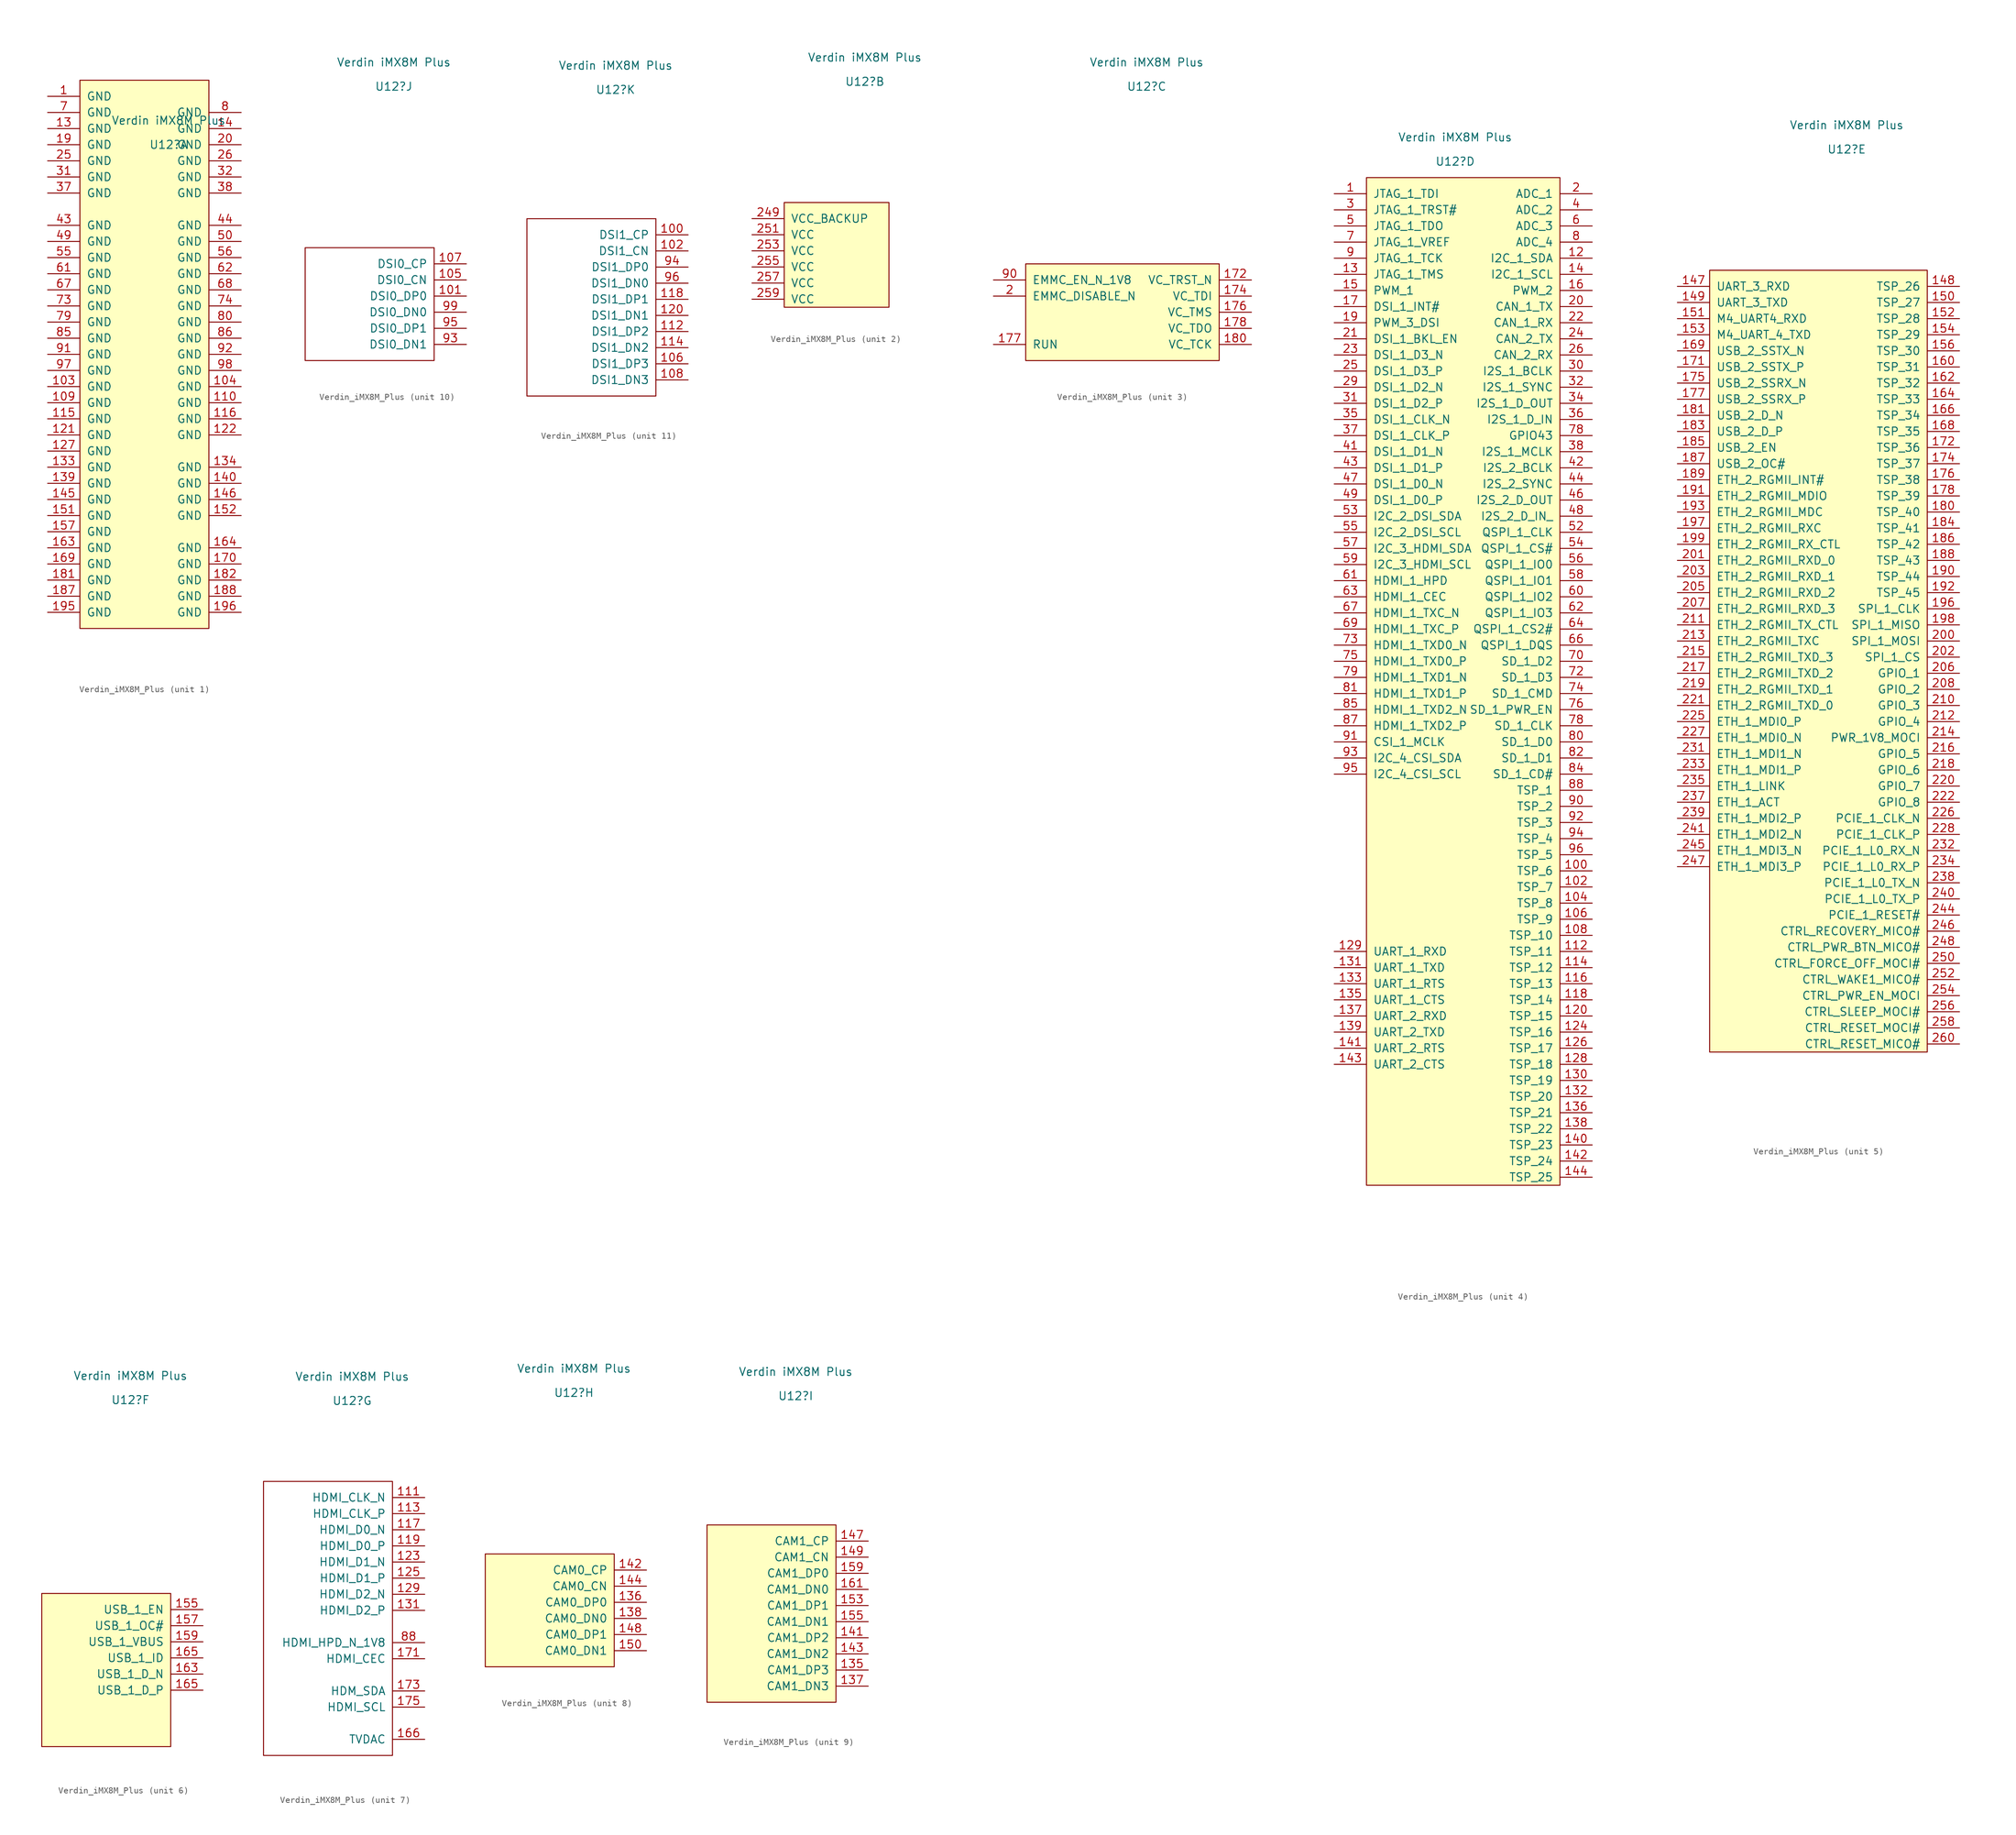
<source format=kicad_sym>
(kicad_symbol_lib
  (version 20220914)
  (generator kicad_symbol_editor)
  (symbol "Verdin_iMX8M_Plus"
    (pin_names
      (offset 1.016))
    (property "Reference" "U12"
      (at 3.81 35.56 0)
      (effects (font (size 1.27 1.27))))
    (property "Value" "Verdin iMX8M Plus"
      (at 3.81 39.37 0)
      (effects (font (size 1.27 1.27))))
    (property "ki_locked" ""
      (at 0 0 0)
      (effects (font (size 1.27 1.27))))
    (symbol "Verdin_iMX8M_Plus_1_1"
      (rectangle (start -10.16 45.72) (end 10.16 -40.64) (stroke (width 0) (type default)) (fill (type background)))
      (pin power_in line (at -15.24 43.18 0) (length 5.08) (name "GND" (effects (font (size 1.27 1.27)))) (number "1" (effects (font (size 1.27 1.27)))))
      (pin power_in line (at -15.24 -2.54 0) (length 5.08) (name "GND" (effects (font (size 1.27 1.27)))) (number "103" (effects (font (size 1.27 1.27)))))
      (pin power_in line (at 15.24 -2.54 180) (length 5.08) (name "GND" (effects (font (size 1.27 1.27)))) (number "104" (effects (font (size 1.27 1.27)))))
      (pin power_in line (at -15.24 -5.08 0) (length 5.08) (name "GND" (effects (font (size 1.27 1.27)))) (number "109" (effects (font (size 1.27 1.27)))))
      (pin power_in line (at 15.24 -5.08 180) (length 5.08) (name "GND" (effects (font (size 1.27 1.27)))) (number "110" (effects (font (size 1.27 1.27)))))
      (pin power_in line (at -15.24 -7.62 0) (length 5.08) (name "GND" (effects (font (size 1.27 1.27)))) (number "115" (effects (font (size 1.27 1.27)))))
      (pin power_in line (at 15.24 -7.62 180) (length 5.08) (name "GND" (effects (font (size 1.27 1.27)))) (number "116" (effects (font (size 1.27 1.27)))))
      (pin power_in line (at -15.24 -10.16 0) (length 5.08) (name "GND" (effects (font (size 1.27 1.27)))) (number "121" (effects (font (size 1.27 1.27)))))
      (pin power_in line (at 15.24 -10.16 180) (length 5.08) (name "GND" (effects (font (size 1.27 1.27)))) (number "122" (effects (font (size 1.27 1.27)))))
      (pin power_in line (at -15.24 -12.7 0) (length 5.08) (name "GND" (effects (font (size 1.27 1.27)))) (number "127" (effects (font (size 1.27 1.27)))))
      (pin power_in line (at -15.24 38.1 0) (length 5.08) (name "GND" (effects (font (size 1.27 1.27)))) (number "13" (effects (font (size 1.27 1.27)))))
      (pin power_in line (at -15.24 -15.24 0) (length 5.08) (name "GND" (effects (font (size 1.27 1.27)))) (number "133" (effects (font (size 1.27 1.27)))))
      (pin power_in line (at 15.24 -15.24 180) (length 5.08) (name "GND" (effects (font (size 1.27 1.27)))) (number "134" (effects (font (size 1.27 1.27)))))
      (pin power_in line (at -15.24 -17.78 0) (length 5.08) (name "GND" (effects (font (size 1.27 1.27)))) (number "139" (effects (font (size 1.27 1.27)))))
      (pin power_in line (at 15.24 38.1 180) (length 5.08) (name "GND" (effects (font (size 1.27 1.27)))) (number "14" (effects (font (size 1.27 1.27)))))
      (pin power_in line (at 15.24 -17.78 180) (length 5.08) (name "GND" (effects (font (size 1.27 1.27)))) (number "140" (effects (font (size 1.27 1.27)))))
      (pin power_in line (at -15.24 -20.32 0) (length 5.08) (name "GND" (effects (font (size 1.27 1.27)))) (number "145" (effects (font (size 1.27 1.27)))))
      (pin power_in line (at 15.24 -20.32 180) (length 5.08) (name "GND" (effects (font (size 1.27 1.27)))) (number "146" (effects (font (size 1.27 1.27)))))
      (pin power_in line (at -15.24 -22.86 0) (length 5.08) (name "GND" (effects (font (size 1.27 1.27)))) (number "151" (effects (font (size 1.27 1.27)))))
      (pin power_in line (at 15.24 -22.86 180) (length 5.08) (name "GND" (effects (font (size 1.27 1.27)))) (number "152" (effects (font (size 1.27 1.27)))))
      (pin power_in line (at -15.24 -25.4 0) (length 5.08) (name "GND" (effects (font (size 1.27 1.27)))) (number "157" (effects (font (size 1.27 1.27)))))
      (pin power_in line (at -15.24 -27.94 0) (length 5.08) (name "GND" (effects (font (size 1.27 1.27)))) (number "163" (effects (font (size 1.27 1.27)))))
      (pin power_in line (at 15.24 -27.94 180) (length 5.08) (name "GND" (effects (font (size 1.27 1.27)))) (number "164" (effects (font (size 1.27 1.27)))))
      (pin power_in line (at -15.24 -30.48 0) (length 5.08) (name "GND" (effects (font (size 1.27 1.27)))) (number "169" (effects (font (size 1.27 1.27)))))
      (pin power_in line (at 15.24 -30.48 180) (length 5.08) (name "GND" (effects (font (size 1.27 1.27)))) (number "170" (effects (font (size 1.27 1.27)))))
      (pin power_in line (at -15.24 -33.02 0) (length 5.08) (name "GND" (effects (font (size 1.27 1.27)))) (number "181" (effects (font (size 1.27 1.27)))))
      (pin power_in line (at 15.24 -33.02 180) (length 5.08) (name "GND" (effects (font (size 1.27 1.27)))) (number "182" (effects (font (size 1.27 1.27)))))
      (pin power_in line (at -15.24 -35.56 0) (length 5.08) (name "GND" (effects (font (size 1.27 1.27)))) (number "187" (effects (font (size 1.27 1.27)))))
      (pin power_in line (at 15.24 -35.56 180) (length 5.08) (name "GND" (effects (font (size 1.27 1.27)))) (number "188" (effects (font (size 1.27 1.27)))))
      (pin power_in line (at -15.24 35.56 0) (length 5.08) (name "GND" (effects (font (size 1.27 1.27)))) (number "19" (effects (font (size 1.27 1.27)))))
      (pin power_in line (at -15.24 -38.1 0) (length 5.08) (name "GND" (effects (font (size 1.27 1.27)))) (number "195" (effects (font (size 1.27 1.27)))))
      (pin power_in line (at 15.24 -38.1 180) (length 5.08) (name "GND" (effects (font (size 1.27 1.27)))) (number "196" (effects (font (size 1.27 1.27)))))
      (pin power_in line (at 15.24 35.56 180) (length 5.08) (name "GND" (effects (font (size 1.27 1.27)))) (number "20" (effects (font (size 1.27 1.27)))))
      (pin power_in line (at -15.24 33.02 0) (length 5.08) (name "GND" (effects (font (size 1.27 1.27)))) (number "25" (effects (font (size 1.27 1.27)))))
      (pin power_in line (at 15.24 33.02 180) (length 5.08) (name "GND" (effects (font (size 1.27 1.27)))) (number "26" (effects (font (size 1.27 1.27)))))
      (pin power_in line (at -15.24 30.48 0) (length 5.08) (name "GND" (effects (font (size 1.27 1.27)))) (number "31" (effects (font (size 1.27 1.27)))))
      (pin power_in line (at 15.24 30.48 180) (length 5.08) (name "GND" (effects (font (size 1.27 1.27)))) (number "32" (effects (font (size 1.27 1.27)))))
      (pin power_in line (at -15.24 27.94 0) (length 5.08) (name "GND" (effects (font (size 1.27 1.27)))) (number "37" (effects (font (size 1.27 1.27)))))
      (pin power_in line (at 15.24 27.94 180) (length 5.08) (name "GND" (effects (font (size 1.27 1.27)))) (number "38" (effects (font (size 1.27 1.27)))))
      (pin power_in line (at -15.24 22.86 0) (length 5.08) (name "GND" (effects (font (size 1.27 1.27)))) (number "43" (effects (font (size 1.27 1.27)))))
      (pin power_in line (at 15.24 22.86 180) (length 5.08) (name "GND" (effects (font (size 1.27 1.27)))) (number "44" (effects (font (size 1.27 1.27)))))
      (pin power_in line (at -15.24 20.32 0) (length 5.08) (name "GND" (effects (font (size 1.27 1.27)))) (number "49" (effects (font (size 1.27 1.27)))))
      (pin power_in line (at 15.24 20.32 180) (length 5.08) (name "GND" (effects (font (size 1.27 1.27)))) (number "50" (effects (font (size 1.27 1.27)))))
      (pin power_in line (at -15.24 17.78 0) (length 5.08) (name "GND" (effects (font (size 1.27 1.27)))) (number "55" (effects (font (size 1.27 1.27)))))
      (pin power_in line (at 15.24 17.78 180) (length 5.08) (name "GND" (effects (font (size 1.27 1.27)))) (number "56" (effects (font (size 1.27 1.27)))))
      (pin power_in line (at -15.24 15.24 0) (length 5.08) (name "GND" (effects (font (size 1.27 1.27)))) (number "61" (effects (font (size 1.27 1.27)))))
      (pin power_in line (at 15.24 15.24 180) (length 5.08) (name "GND" (effects (font (size 1.27 1.27)))) (number "62" (effects (font (size 1.27 1.27)))))
      (pin power_in line (at -15.24 12.7 0) (length 5.08) (name "GND" (effects (font (size 1.27 1.27)))) (number "67" (effects (font (size 1.27 1.27)))))
      (pin power_in line (at 15.24 12.7 180) (length 5.08) (name "GND" (effects (font (size 1.27 1.27)))) (number "68" (effects (font (size 1.27 1.27)))))
      (pin power_in line (at -15.24 40.64 0) (length 5.08) (name "GND" (effects (font (size 1.27 1.27)))) (number "7" (effects (font (size 1.27 1.27)))))
      (pin power_in line (at -15.24 10.16 0) (length 5.08) (name "GND" (effects (font (size 1.27 1.27)))) (number "73" (effects (font (size 1.27 1.27)))))
      (pin power_in line (at 15.24 10.16 180) (length 5.08) (name "GND" (effects (font (size 1.27 1.27)))) (number "74" (effects (font (size 1.27 1.27)))))
      (pin power_in line (at -15.24 7.62 0) (length 5.08) (name "GND" (effects (font (size 1.27 1.27)))) (number "79" (effects (font (size 1.27 1.27)))))
      (pin power_in line (at 15.24 40.64 180) (length 5.08) (name "GND" (effects (font (size 1.27 1.27)))) (number "8" (effects (font (size 1.27 1.27)))))
      (pin power_in line (at 15.24 7.62 180) (length 5.08) (name "GND" (effects (font (size 1.27 1.27)))) (number "80" (effects (font (size 1.27 1.27)))))
      (pin power_in line (at -15.24 5.08 0) (length 5.08) (name "GND" (effects (font (size 1.27 1.27)))) (number "85" (effects (font (size 1.27 1.27)))))
      (pin power_in line (at 15.24 5.08 180) (length 5.08) (name "GND" (effects (font (size 1.27 1.27)))) (number "86" (effects (font (size 1.27 1.27)))))
      (pin power_in line (at -15.24 2.54 0) (length 5.08) (name "GND" (effects (font (size 1.27 1.27)))) (number "91" (effects (font (size 1.27 1.27)))))
      (pin power_in line (at 15.24 2.54 180) (length 5.08) (name "GND" (effects (font (size 1.27 1.27)))) (number "92" (effects (font (size 1.27 1.27)))))
      (pin power_in line (at -15.24 0 0) (length 5.08) (name "GND" (effects (font (size 1.27 1.27)))) (number "97" (effects (font (size 1.27 1.27)))))
      (pin power_in line (at 15.24 0 180) (length 5.08) (name "GND" (effects (font (size 1.27 1.27)))) (number "98" (effects (font (size 1.27 1.27))))))
    (symbol "Verdin_iMX8M_Plus_2_1"
      (rectangle (start -8.89 16.51) (end 7.62 0) (stroke (width 0) (type default)) (fill (type background)))
      (pin power_in line (at -13.97 13.97 0) (length 5.08) (name "VCC_BACKUP" (effects (font (size 1.27 1.27)))) (number "249" (effects (font (size 1.27 1.27)))))
      (pin power_in line (at -13.97 11.43 0) (length 5.08) (name "VCC" (effects (font (size 1.27 1.27)))) (number "251" (effects (font (size 1.27 1.27)))))
      (pin power_in line (at -13.97 8.89 0) (length 5.08) (name "VCC" (effects (font (size 1.27 1.27)))) (number "253" (effects (font (size 1.27 1.27)))))
      (pin power_in line (at -13.97 6.35 0) (length 5.08) (name "VCC" (effects (font (size 1.27 1.27)))) (number "255" (effects (font (size 1.27 1.27)))))
      (pin power_in line (at -13.97 3.81 0) (length 5.08) (name "VCC" (effects (font (size 1.27 1.27)))) (number "257" (effects (font (size 1.27 1.27)))))
      (pin power_in line (at -13.97 1.27 0) (length 5.08) (name "VCC" (effects (font (size 1.27 1.27)))) (number "259" (effects (font (size 1.27 1.27))))))
    (symbol "Verdin_iMX8M_Plus_3_1"
      (rectangle (start -15.24 7.62) (end 15.24 -7.62) (stroke (width 0) (type default)) (fill (type background)))
      (pin input line (at 20.32 5.08 180) (length 5.08) (name "VC_TRST_N" (effects (font (size 1.27 1.27)))) (number "172" (effects (font (size 1.27 1.27)))))
      (pin input line (at 20.32 2.54 180) (length 5.08) (name "VC_TDI" (effects (font (size 1.27 1.27)))) (number "174" (effects (font (size 1.27 1.27)))))
      (pin input line (at 20.32 0 180) (length 5.08) (name "VC_TMS" (effects (font (size 1.27 1.27)))) (number "176" (effects (font (size 1.27 1.27)))))
      (pin input line (at -20.32 -5.08 0) (length 5.08) (name "RUN" (effects (font (size 1.27 1.27)))) (number "177" (effects (font (size 1.27 1.27)))))
      (pin output line (at 20.32 -2.54 180) (length 5.08) (name "VC_TDO" (effects (font (size 1.27 1.27)))) (number "178" (effects (font (size 1.27 1.27)))))
      (pin input line (at 20.32 -5.08 180) (length 5.08) (name "VC_TCK" (effects (font (size 1.27 1.27)))) (number "180" (effects (font (size 1.27 1.27)))))
      (pin input line (at -20.32 2.54 0) (length 5.08) (name "EMMC_DISABLE_N" (effects (font (size 1.27 1.27)))) (number "2" (effects (font (size 1.27 1.27)))))
      (pin output line (at -20.32 5.08 0) (length 5.08) (name "EMMC_EN_N_1V8" (effects (font (size 1.27 1.27)))) (number "90" (effects (font (size 1.27 1.27))))))
    (symbol "Verdin_iMX8M_Plus_4_1"
      (rectangle (start -10.16 33.02) (end 20.32 -125.73) (stroke (width 0) (type default)) (fill (type background)))
      (pin bidirectional line (at -15.24 30.48 0) (length 5.08) (name "JTAG_1_TDI" (effects (font (size 1.27 1.27)))) (number "1" (effects (font (size 1.27 1.27)))))
      (pin bidirectional line (at 25.4 -76.2 180) (length 5.08) (name "TSP_6" (effects (font (size 1.27 1.27)))) (number "100" (effects (font (size 1.27 1.27)))))
      (pin bidirectional line (at 25.4 -78.74 180) (length 5.08) (name "TSP_7" (effects (font (size 1.27 1.27)))) (number "102" (effects (font (size 1.27 1.27)))))
      (pin bidirectional line (at 25.4 -81.28 180) (length 5.08) (name "TSP_8" (effects (font (size 1.27 1.27)))) (number "104" (effects (font (size 1.27 1.27)))))
      (pin bidirectional line (at 25.4 -83.82 180) (length 5.08) (name "TSP_9" (effects (font (size 1.27 1.27)))) (number "106" (effects (font (size 1.27 1.27)))))
      (pin bidirectional line (at 25.4 -86.36 180) (length 5.08) (name "TSP_10" (effects (font (size 1.27 1.27)))) (number "108" (effects (font (size 1.27 1.27)))))
      (pin bidirectional line (at 25.4 -88.9 180) (length 5.08) (name "TSP_11" (effects (font (size 1.27 1.27)))) (number "112" (effects (font (size 1.27 1.27)))))
      (pin bidirectional line (at 25.4 -91.44 180) (length 5.08) (name "TSP_12" (effects (font (size 1.27 1.27)))) (number "114" (effects (font (size 1.27 1.27)))))
      (pin bidirectional line (at 25.4 -93.98 180) (length 5.08) (name "TSP_13" (effects (font (size 1.27 1.27)))) (number "116" (effects (font (size 1.27 1.27)))))
      (pin bidirectional line (at 25.4 -96.52 180) (length 5.08) (name "TSP_14" (effects (font (size 1.27 1.27)))) (number "118" (effects (font (size 1.27 1.27)))))
      (pin bidirectional line (at 25.4 20.32 180) (length 5.08) (name "I2C_1_SDA" (effects (font (size 1.27 1.27)))) (number "12" (effects (font (size 1.27 1.27)))))
      (pin bidirectional line (at 25.4 -99.06 180) (length 5.08) (name "TSP_15" (effects (font (size 1.27 1.27)))) (number "120" (effects (font (size 1.27 1.27)))))
      (pin bidirectional line (at 25.4 -101.6 180) (length 5.08) (name "TSP_16" (effects (font (size 1.27 1.27)))) (number "124" (effects (font (size 1.27 1.27)))))
      (pin bidirectional line (at 25.4 -104.14 180) (length 5.08) (name "TSP_17" (effects (font (size 1.27 1.27)))) (number "126" (effects (font (size 1.27 1.27)))))
      (pin bidirectional line (at 25.4 -106.68 180) (length 5.08) (name "TSP_18" (effects (font (size 1.27 1.27)))) (number "128" (effects (font (size 1.27 1.27)))))
      (pin bidirectional line (at -15.24 -88.9 0) (length 5.08) (name "UART_1_RXD" (effects (font (size 1.27 1.27)))) (number "129" (effects (font (size 1.27 1.27)))))
      (pin bidirectional line (at -15.24 17.78 0) (length 5.08) (name "JTAG_1_TMS" (effects (font (size 1.27 1.27)))) (number "13" (effects (font (size 1.27 1.27)))))
      (pin bidirectional line (at 25.4 -109.22 180) (length 5.08) (name "TSP_19" (effects (font (size 1.27 1.27)))) (number "130" (effects (font (size 1.27 1.27)))))
      (pin bidirectional line (at -15.24 -91.44 0) (length 5.08) (name "UART_1_TXD" (effects (font (size 1.27 1.27)))) (number "131" (effects (font (size 1.27 1.27)))))
      (pin bidirectional line (at 25.4 -111.76 180) (length 5.08) (name "TSP_20" (effects (font (size 1.27 1.27)))) (number "132" (effects (font (size 1.27 1.27)))))
      (pin bidirectional line (at -15.24 -93.98 0) (length 5.08) (name "UART_1_RTS" (effects (font (size 1.27 1.27)))) (number "133" (effects (font (size 1.27 1.27)))))
      (pin bidirectional line (at -15.24 -96.52 0) (length 5.08) (name "UART_1_CTS" (effects (font (size 1.27 1.27)))) (number "135" (effects (font (size 1.27 1.27)))))
      (pin bidirectional line (at 25.4 -114.3 180) (length 5.08) (name "TSP_21" (effects (font (size 1.27 1.27)))) (number "136" (effects (font (size 1.27 1.27)))))
      (pin bidirectional line (at -15.24 -99.06 0) (length 5.08) (name "UART_2_RXD" (effects (font (size 1.27 1.27)))) (number "137" (effects (font (size 1.27 1.27)))))
      (pin bidirectional line (at 25.4 -116.84 180) (length 5.08) (name "TSP_22" (effects (font (size 1.27 1.27)))) (number "138" (effects (font (size 1.27 1.27)))))
      (pin bidirectional line (at -15.24 -101.6 0) (length 5.08) (name "UART_2_TXD" (effects (font (size 1.27 1.27)))) (number "139" (effects (font (size 1.27 1.27)))))
      (pin bidirectional line (at 25.4 17.78 180) (length 5.08) (name "I2C_1_SCL" (effects (font (size 1.27 1.27)))) (number "14" (effects (font (size 1.27 1.27)))))
      (pin bidirectional line (at 25.4 -119.38 180) (length 5.08) (name "TSP_23" (effects (font (size 1.27 1.27)))) (number "140" (effects (font (size 1.27 1.27)))))
      (pin bidirectional line (at -15.24 -104.14 0) (length 5.08) (name "UART_2_RTS" (effects (font (size 1.27 1.27)))) (number "141" (effects (font (size 1.27 1.27)))))
      (pin bidirectional line (at 25.4 -121.92 180) (length 5.08) (name "TSP_24" (effects (font (size 1.27 1.27)))) (number "142" (effects (font (size 1.27 1.27)))))
      (pin bidirectional line (at -15.24 -106.68 0) (length 5.08) (name "UART_2_CTS" (effects (font (size 1.27 1.27)))) (number "143" (effects (font (size 1.27 1.27)))))
      (pin bidirectional line (at 25.4 -124.46 180) (length 5.08) (name "TSP_25" (effects (font (size 1.27 1.27)))) (number "144" (effects (font (size 1.27 1.27)))))
      (pin bidirectional line (at -15.24 15.24 0) (length 5.08) (name "PWM_1" (effects (font (size 1.27 1.27)))) (number "15" (effects (font (size 1.27 1.27)))))
      (pin bidirectional line (at 25.4 15.24 180) (length 5.08) (name "PWM_2" (effects (font (size 1.27 1.27)))) (number "16" (effects (font (size 1.27 1.27)))))
      (pin bidirectional line (at -15.24 12.7 0) (length 5.08) (name "DSI_1_INT#" (effects (font (size 1.27 1.27)))) (number "17" (effects (font (size 1.27 1.27)))))
      (pin bidirectional line (at -15.24 10.16 0) (length 5.08) (name "PWM_3_DSI" (effects (font (size 1.27 1.27)))) (number "19" (effects (font (size 1.27 1.27)))))
      (pin bidirectional line (at 25.4 30.48 180) (length 5.08) (name "ADC_1" (effects (font (size 1.27 1.27)))) (number "2" (effects (font (size 1.27 1.27)))))
      (pin bidirectional line (at 25.4 12.7 180) (length 5.08) (name "CAN_1_TX" (effects (font (size 1.27 1.27)))) (number "20" (effects (font (size 1.27 1.27)))))
      (pin bidirectional line (at -15.24 7.62 0) (length 5.08) (name "DSI_1_BKL_EN" (effects (font (size 1.27 1.27)))) (number "21" (effects (font (size 1.27 1.27)))))
      (pin bidirectional line (at 25.4 10.16 180) (length 5.08) (name "CAN_1_RX" (effects (font (size 1.27 1.27)))) (number "22" (effects (font (size 1.27 1.27)))))
      (pin bidirectional line (at -15.24 5.08 0) (length 5.08) (name "DSI_1_D3_N" (effects (font (size 1.27 1.27)))) (number "23" (effects (font (size 1.27 1.27)))))
      (pin bidirectional line (at 25.4 7.62 180) (length 5.08) (name "CAN_2_TX" (effects (font (size 1.27 1.27)))) (number "24" (effects (font (size 1.27 1.27)))))
      (pin bidirectional line (at -15.24 2.54 0) (length 5.08) (name "DSI_1_D3_P" (effects (font (size 1.27 1.27)))) (number "25" (effects (font (size 1.27 1.27)))))
      (pin bidirectional line (at 25.4 5.08 180) (length 5.08) (name "CAN_2_RX" (effects (font (size 1.27 1.27)))) (number "26" (effects (font (size 1.27 1.27)))))
      (pin bidirectional line (at -15.24 0 0) (length 5.08) (name "DSI_1_D2_N" (effects (font (size 1.27 1.27)))) (number "29" (effects (font (size 1.27 1.27)))))
      (pin bidirectional line (at -15.24 27.94 0) (length 5.08) (name "JTAG_1_TRST#" (effects (font (size 1.27 1.27)))) (number "3" (effects (font (size 1.27 1.27)))))
      (pin bidirectional line (at 25.4 2.54 180) (length 5.08) (name "I2S_1_BCLK" (effects (font (size 1.27 1.27)))) (number "30" (effects (font (size 1.27 1.27)))))
      (pin bidirectional line (at -15.24 -2.54 0) (length 5.08) (name "DSI_1_D2_P" (effects (font (size 1.27 1.27)))) (number "31" (effects (font (size 1.27 1.27)))))
      (pin bidirectional line (at 25.4 0 180) (length 5.08) (name "I2S_1_SYNC" (effects (font (size 1.27 1.27)))) (number "32" (effects (font (size 1.27 1.27)))))
      (pin bidirectional line (at 25.4 -2.54 180) (length 5.08) (name "I2S_1_D_OUT" (effects (font (size 1.27 1.27)))) (number "34" (effects (font (size 1.27 1.27)))))
      (pin bidirectional line (at -15.24 -5.08 0) (length 5.08) (name "DSI_1_CLK_N" (effects (font (size 1.27 1.27)))) (number "35" (effects (font (size 1.27 1.27)))))
      (pin bidirectional line (at 25.4 -5.08 180) (length 5.08) (name "I2S_1_D_IN" (effects (font (size 1.27 1.27)))) (number "36" (effects (font (size 1.27 1.27)))))
      (pin bidirectional line (at -15.24 -7.62 0) (length 5.08) (name "DSI_1_CLK_P" (effects (font (size 1.27 1.27)))) (number "37" (effects (font (size 1.27 1.27)))))
      (pin bidirectional line (at 25.4 -10.16 180) (length 5.08) (name "I2S_1_MCLK" (effects (font (size 1.27 1.27)))) (number "38" (effects (font (size 1.27 1.27)))))
      (pin bidirectional line (at 25.4 27.94 180) (length 5.08) (name "ADC_2" (effects (font (size 1.27 1.27)))) (number "4" (effects (font (size 1.27 1.27)))))
      (pin bidirectional line (at -15.24 -10.16 0) (length 5.08) (name "DSI_1_D1_N" (effects (font (size 1.27 1.27)))) (number "41" (effects (font (size 1.27 1.27)))))
      (pin bidirectional line (at 25.4 -12.7 180) (length 5.08) (name "I2S_2_BCLK" (effects (font (size 1.27 1.27)))) (number "42" (effects (font (size 1.27 1.27)))))
      (pin bidirectional line (at -15.24 -12.7 0) (length 5.08) (name "DSI_1_D1_P" (effects (font (size 1.27 1.27)))) (number "43" (effects (font (size 1.27 1.27)))))
      (pin bidirectional line (at 25.4 -15.24 180) (length 5.08) (name "I2S_2_SYNC" (effects (font (size 1.27 1.27)))) (number "44" (effects (font (size 1.27 1.27)))))
      (pin bidirectional line (at 25.4 -17.78 180) (length 5.08) (name "I2S_2_D_OUT" (effects (font (size 1.27 1.27)))) (number "46" (effects (font (size 1.27 1.27)))))
      (pin bidirectional line (at -15.24 -15.24 0) (length 5.08) (name "DSI_1_D0_N" (effects (font (size 1.27 1.27)))) (number "47" (effects (font (size 1.27 1.27)))))
      (pin bidirectional line (at 25.4 -20.32 180) (length 5.08) (name "I2S_2_D_IN_" (effects (font (size 1.27 1.27)))) (number "48" (effects (font (size 1.27 1.27)))))
      (pin bidirectional line (at -15.24 -17.78 0) (length 5.08) (name "DSI_1_D0_P" (effects (font (size 1.27 1.27)))) (number "49" (effects (font (size 1.27 1.27)))))
      (pin bidirectional line (at -15.24 25.4 0) (length 5.08) (name "JTAG_1_TDO" (effects (font (size 1.27 1.27)))) (number "5" (effects (font (size 1.27 1.27)))))
      (pin bidirectional line (at 25.4 -22.86 180) (length 5.08) (name "QSPI_1_CLK" (effects (font (size 1.27 1.27)))) (number "52" (effects (font (size 1.27 1.27)))))
      (pin bidirectional line (at -15.24 -20.32 0) (length 5.08) (name "I2C_2_DSI_SDA" (effects (font (size 1.27 1.27)))) (number "53" (effects (font (size 1.27 1.27)))))
      (pin bidirectional line (at 25.4 -25.4 180) (length 5.08) (name "QSPI_1_CS#" (effects (font (size 1.27 1.27)))) (number "54" (effects (font (size 1.27 1.27)))))
      (pin bidirectional line (at -15.24 -22.86 0) (length 5.08) (name "I2C_2_DSI_SCL" (effects (font (size 1.27 1.27)))) (number "55" (effects (font (size 1.27 1.27)))))
      (pin bidirectional line (at 25.4 -27.94 180) (length 5.08) (name "QSPI_1_IO0" (effects (font (size 1.27 1.27)))) (number "56" (effects (font (size 1.27 1.27)))))
      (pin bidirectional line (at -15.24 -25.4 0) (length 5.08) (name "I2C_3_HDMI_SDA" (effects (font (size 1.27 1.27)))) (number "57" (effects (font (size 1.27 1.27)))))
      (pin bidirectional line (at 25.4 -30.48 180) (length 5.08) (name "QSPI_1_IO1" (effects (font (size 1.27 1.27)))) (number "58" (effects (font (size 1.27 1.27)))))
      (pin bidirectional line (at -15.24 -27.94 0) (length 5.08) (name "I2C_3_HDMI_SCL" (effects (font (size 1.27 1.27)))) (number "59" (effects (font (size 1.27 1.27)))))
      (pin bidirectional line (at 25.4 25.4 180) (length 5.08) (name "ADC_3" (effects (font (size 1.27 1.27)))) (number "6" (effects (font (size 1.27 1.27)))))
      (pin bidirectional line (at 25.4 -33.02 180) (length 5.08) (name "QSPI_1_IO2" (effects (font (size 1.27 1.27)))) (number "60" (effects (font (size 1.27 1.27)))))
      (pin bidirectional line (at -15.24 -30.48 0) (length 5.08) (name "HDMI_1_HPD" (effects (font (size 1.27 1.27)))) (number "61" (effects (font (size 1.27 1.27)))))
      (pin bidirectional line (at 25.4 -35.56 180) (length 5.08) (name "QSPI_1_IO3" (effects (font (size 1.27 1.27)))) (number "62" (effects (font (size 1.27 1.27)))))
      (pin bidirectional line (at -15.24 -33.02 0) (length 5.08) (name "HDMI_1_CEC" (effects (font (size 1.27 1.27)))) (number "63" (effects (font (size 1.27 1.27)))))
      (pin bidirectional line (at 25.4 -38.1 180) (length 5.08) (name "QSPI_1_CS2#" (effects (font (size 1.27 1.27)))) (number "64" (effects (font (size 1.27 1.27)))))
      (pin bidirectional line (at 25.4 -40.64 180) (length 5.08) (name "QSPI_1_DQS" (effects (font (size 1.27 1.27)))) (number "66" (effects (font (size 1.27 1.27)))))
      (pin bidirectional line (at -15.24 -35.56 0) (length 5.08) (name "HDMI_1_TXC_N" (effects (font (size 1.27 1.27)))) (number "67" (effects (font (size 1.27 1.27)))))
      (pin bidirectional line (at -15.24 -38.1 0) (length 5.08) (name "HDMI_1_TXC_P" (effects (font (size 1.27 1.27)))) (number "69" (effects (font (size 1.27 1.27)))))
      (pin bidirectional line (at -15.24 22.86 0) (length 5.08) (name "JTAG_1_VREF" (effects (font (size 1.27 1.27)))) (number "7" (effects (font (size 1.27 1.27)))))
      (pin bidirectional line (at 25.4 -43.18 180) (length 5.08) (name "SD_1_D2" (effects (font (size 1.27 1.27)))) (number "70" (effects (font (size 1.27 1.27)))))
      (pin bidirectional line (at 25.4 -45.72 180) (length 5.08) (name "SD_1_D3" (effects (font (size 1.27 1.27)))) (number "72" (effects (font (size 1.27 1.27)))))
      (pin bidirectional line (at -15.24 -40.64 0) (length 5.08) (name "HDMI_1_TXD0_N" (effects (font (size 1.27 1.27)))) (number "73" (effects (font (size 1.27 1.27)))))
      (pin bidirectional line (at 25.4 -48.26 180) (length 5.08) (name "SD_1_CMD" (effects (font (size 1.27 1.27)))) (number "74" (effects (font (size 1.27 1.27)))))
      (pin bidirectional line (at -15.24 -43.18 0) (length 5.08) (name "HDMI_1_TXD0_P" (effects (font (size 1.27 1.27)))) (number "75" (effects (font (size 1.27 1.27)))))
      (pin bidirectional line (at 25.4 -50.8 180) (length 5.08) (name "SD_1_PWR_EN" (effects (font (size 1.27 1.27)))) (number "76" (effects (font (size 1.27 1.27)))))
      (pin bidirectional line (at 25.4 -7.62 180) (length 5.08) (name "GPIO43" (effects (font (size 1.27 1.27)))) (number "78" (effects (font (size 1.27 1.27)))))
      (pin bidirectional line (at 25.4 -53.34 180) (length 5.08) (name "SD_1_CLK" (effects (font (size 1.27 1.27)))) (number "78" (effects (font (size 1.27 1.27)))))
      (pin bidirectional line (at -15.24 -45.72 0) (length 5.08) (name "HDMI_1_TXD1_N" (effects (font (size 1.27 1.27)))) (number "79" (effects (font (size 1.27 1.27)))))
      (pin bidirectional line (at 25.4 22.86 180) (length 5.08) (name "ADC_4" (effects (font (size 1.27 1.27)))) (number "8" (effects (font (size 1.27 1.27)))))
      (pin bidirectional line (at 25.4 -55.88 180) (length 5.08) (name "SD_1_D0" (effects (font (size 1.27 1.27)))) (number "80" (effects (font (size 1.27 1.27)))))
      (pin bidirectional line (at -15.24 -48.26 0) (length 5.08) (name "HDMI_1_TXD1_P" (effects (font (size 1.27 1.27)))) (number "81" (effects (font (size 1.27 1.27)))))
      (pin bidirectional line (at 25.4 -58.42 180) (length 5.08) (name "SD_1_D1" (effects (font (size 1.27 1.27)))) (number "82" (effects (font (size 1.27 1.27)))))
      (pin bidirectional line (at 25.4 -60.96 180) (length 5.08) (name "SD_1_CD#" (effects (font (size 1.27 1.27)))) (number "84" (effects (font (size 1.27 1.27)))))
      (pin bidirectional line (at -15.24 -50.8 0) (length 5.08) (name "HDMI_1_TXD2_N" (effects (font (size 1.27 1.27)))) (number "85" (effects (font (size 1.27 1.27)))))
      (pin bidirectional line (at -15.24 -53.34 0) (length 5.08) (name "HDMI_1_TXD2_P" (effects (font (size 1.27 1.27)))) (number "87" (effects (font (size 1.27 1.27)))))
      (pin bidirectional line (at 25.4 -63.5 180) (length 5.08) (name "TSP_1" (effects (font (size 1.27 1.27)))) (number "88" (effects (font (size 1.27 1.27)))))
      (pin bidirectional line (at -15.24 20.32 0) (length 5.08) (name "JTAG_1_TCK" (effects (font (size 1.27 1.27)))) (number "9" (effects (font (size 1.27 1.27)))))
      (pin bidirectional line (at 25.4 -66.04 180) (length 5.08) (name "TSP_2" (effects (font (size 1.27 1.27)))) (number "90" (effects (font (size 1.27 1.27)))))
      (pin bidirectional line (at -15.24 -55.88 0) (length 5.08) (name "CSI_1_MCLK" (effects (font (size 1.27 1.27)))) (number "91" (effects (font (size 1.27 1.27)))))
      (pin bidirectional line (at 25.4 -68.58 180) (length 5.08) (name "TSP_3" (effects (font (size 1.27 1.27)))) (number "92" (effects (font (size 1.27 1.27)))))
      (pin bidirectional line (at -15.24 -58.42 0) (length 5.08) (name "I2C_4_CSI_SDA" (effects (font (size 1.27 1.27)))) (number "93" (effects (font (size 1.27 1.27)))))
      (pin bidirectional line (at 25.4 -71.12 180) (length 5.08) (name "TSP_4" (effects (font (size 1.27 1.27)))) (number "94" (effects (font (size 1.27 1.27)))))
      (pin bidirectional line (at -15.24 -60.96 0) (length 5.08) (name "I2C_4_CSI_SCL" (effects (font (size 1.27 1.27)))) (number "95" (effects (font (size 1.27 1.27)))))
      (pin bidirectional line (at 25.4 -73.66 180) (length 5.08) (name "TSP_5" (effects (font (size 1.27 1.27)))) (number "96" (effects (font (size 1.27 1.27))))))
    (symbol "Verdin_iMX8M_Plus_5_1"
      (rectangle (start -17.78 16.51) (end 16.51 -106.68) (stroke (width 0) (type default)) (fill (type background)))
      (pin bidirectional line (at -22.86 13.97 0) (length 5.08) (name "UART_3_RXD" (effects (font (size 1.27 1.27)))) (number "147" (effects (font (size 1.27 1.27)))))
      (pin bidirectional line (at 21.59 13.97 180) (length 5.08) (name "TSP_26" (effects (font (size 1.27 1.27)))) (number "148" (effects (font (size 1.27 1.27)))))
      (pin bidirectional line (at -22.86 11.43 0) (length 5.08) (name "UART_3_TXD" (effects (font (size 1.27 1.27)))) (number "149" (effects (font (size 1.27 1.27)))))
      (pin bidirectional line (at 21.59 11.43 180) (length 5.08) (name "TSP_27" (effects (font (size 1.27 1.27)))) (number "150" (effects (font (size 1.27 1.27)))))
      (pin bidirectional line (at -22.86 8.89 0) (length 5.08) (name "M4_UART4_RXD" (effects (font (size 1.27 1.27)))) (number "151" (effects (font (size 1.27 1.27)))))
      (pin bidirectional line (at 21.59 8.89 180) (length 5.08) (name "TSP_28" (effects (font (size 1.27 1.27)))) (number "152" (effects (font (size 1.27 1.27)))))
      (pin bidirectional line (at -22.86 6.35 0) (length 5.08) (name "M4_UART_4_TXD" (effects (font (size 1.27 1.27)))) (number "153" (effects (font (size 1.27 1.27)))))
      (pin bidirectional line (at 21.59 6.35 180) (length 5.08) (name "TSP_29" (effects (font (size 1.27 1.27)))) (number "154" (effects (font (size 1.27 1.27)))))
      (pin bidirectional line (at 21.59 3.81 180) (length 5.08) (name "TSP_30" (effects (font (size 1.27 1.27)))) (number "156" (effects (font (size 1.27 1.27)))))
      (pin bidirectional line (at 21.59 1.27 180) (length 5.08) (name "TSP_31" (effects (font (size 1.27 1.27)))) (number "160" (effects (font (size 1.27 1.27)))))
      (pin bidirectional line (at 21.59 -1.27 180) (length 5.08) (name "TSP_32" (effects (font (size 1.27 1.27)))) (number "162" (effects (font (size 1.27 1.27)))))
      (pin bidirectional line (at 21.59 -3.81 180) (length 5.08) (name "TSP_33" (effects (font (size 1.27 1.27)))) (number "164" (effects (font (size 1.27 1.27)))))
      (pin bidirectional line (at 21.59 -6.35 180) (length 5.08) (name "TSP_34" (effects (font (size 1.27 1.27)))) (number "166" (effects (font (size 1.27 1.27)))))
      (pin bidirectional line (at 21.59 -8.89 180) (length 5.08) (name "TSP_35" (effects (font (size 1.27 1.27)))) (number "168" (effects (font (size 1.27 1.27)))))
      (pin bidirectional line (at -22.86 3.81 0) (length 5.08) (name "USB_2_SSTX_N" (effects (font (size 1.27 1.27)))) (number "169" (effects (font (size 1.27 1.27)))))
      (pin bidirectional line (at -22.86 1.27 0) (length 5.08) (name "USB_2_SSTX_P" (effects (font (size 1.27 1.27)))) (number "171" (effects (font (size 1.27 1.27)))))
      (pin bidirectional line (at 21.59 -11.43 180) (length 5.08) (name "TSP_36" (effects (font (size 1.27 1.27)))) (number "172" (effects (font (size 1.27 1.27)))))
      (pin bidirectional line (at 21.59 -13.97 180) (length 5.08) (name "TSP_37" (effects (font (size 1.27 1.27)))) (number "174" (effects (font (size 1.27 1.27)))))
      (pin bidirectional line (at -22.86 -1.27 0) (length 5.08) (name "USB_2_SSRX_N" (effects (font (size 1.27 1.27)))) (number "175" (effects (font (size 1.27 1.27)))))
      (pin bidirectional line (at 21.59 -16.51 180) (length 5.08) (name "TSP_38" (effects (font (size 1.27 1.27)))) (number "176" (effects (font (size 1.27 1.27)))))
      (pin bidirectional line (at -22.86 -3.81 0) (length 5.08) (name "USB_2_SSRX_P" (effects (font (size 1.27 1.27)))) (number "177" (effects (font (size 1.27 1.27)))))
      (pin bidirectional line (at 21.59 -19.05 180) (length 5.08) (name "TSP_39" (effects (font (size 1.27 1.27)))) (number "178" (effects (font (size 1.27 1.27)))))
      (pin bidirectional line (at 21.59 -21.59 180) (length 5.08) (name "TSP_40" (effects (font (size 1.27 1.27)))) (number "180" (effects (font (size 1.27 1.27)))))
      (pin bidirectional line (at -22.86 -6.35 0) (length 5.08) (name "USB_2_D_N" (effects (font (size 1.27 1.27)))) (number "181" (effects (font (size 1.27 1.27)))))
      (pin bidirectional line (at -22.86 -8.89 0) (length 5.08) (name "USB_2_D_P" (effects (font (size 1.27 1.27)))) (number "183" (effects (font (size 1.27 1.27)))))
      (pin bidirectional line (at 21.59 -24.13 180) (length 5.08) (name "TSP_41" (effects (font (size 1.27 1.27)))) (number "184" (effects (font (size 1.27 1.27)))))
      (pin bidirectional line (at -22.86 -11.43 0) (length 5.08) (name "USB_2_EN" (effects (font (size 1.27 1.27)))) (number "185" (effects (font (size 1.27 1.27)))))
      (pin bidirectional line (at 21.59 -26.67 180) (length 5.08) (name "TSP_42" (effects (font (size 1.27 1.27)))) (number "186" (effects (font (size 1.27 1.27)))))
      (pin bidirectional line (at -22.86 -13.97 0) (length 5.08) (name "USB_2_OC#" (effects (font (size 1.27 1.27)))) (number "187" (effects (font (size 1.27 1.27)))))
      (pin bidirectional line (at 21.59 -29.21 180) (length 5.08) (name "TSP_43" (effects (font (size 1.27 1.27)))) (number "188" (effects (font (size 1.27 1.27)))))
      (pin bidirectional line (at -22.86 -16.51 0) (length 5.08) (name "ETH_2_RGMII_INT#" (effects (font (size 1.27 1.27)))) (number "189" (effects (font (size 1.27 1.27)))))
      (pin bidirectional line (at 21.59 -31.75 180) (length 5.08) (name "TSP_44" (effects (font (size 1.27 1.27)))) (number "190" (effects (font (size 1.27 1.27)))))
      (pin bidirectional line (at -22.86 -19.05 0) (length 5.08) (name "ETH_2_RGMII_MDIO" (effects (font (size 1.27 1.27)))) (number "191" (effects (font (size 1.27 1.27)))))
      (pin bidirectional line (at 21.59 -34.29 180) (length 5.08) (name "TSP_45" (effects (font (size 1.27 1.27)))) (number "192" (effects (font (size 1.27 1.27)))))
      (pin bidirectional line (at -22.86 -21.59 0) (length 5.08) (name "ETH_2_RGMII_MDC" (effects (font (size 1.27 1.27)))) (number "193" (effects (font (size 1.27 1.27)))))
      (pin bidirectional line (at 21.59 -36.83 180) (length 5.08) (name "SPI_1_CLK" (effects (font (size 1.27 1.27)))) (number "196" (effects (font (size 1.27 1.27)))))
      (pin bidirectional line (at -22.86 -24.13 0) (length 5.08) (name "ETH_2_RGMII_RXC" (effects (font (size 1.27 1.27)))) (number "197" (effects (font (size 1.27 1.27)))))
      (pin bidirectional line (at 21.59 -39.37 180) (length 5.08) (name "SPI_1_MISO" (effects (font (size 1.27 1.27)))) (number "198" (effects (font (size 1.27 1.27)))))
      (pin bidirectional line (at -22.86 -26.67 0) (length 5.08) (name "ETH_2_RGMII_RX_CTL" (effects (font (size 1.27 1.27)))) (number "199" (effects (font (size 1.27 1.27)))))
      (pin bidirectional line (at 21.59 -41.91 180) (length 5.08) (name "SPI_1_MOSI" (effects (font (size 1.27 1.27)))) (number "200" (effects (font (size 1.27 1.27)))))
      (pin bidirectional line (at -22.86 -29.21 0) (length 5.08) (name "ETH_2_RGMII_RXD_0" (effects (font (size 1.27 1.27)))) (number "201" (effects (font (size 1.27 1.27)))))
      (pin bidirectional line (at 21.59 -44.45 180) (length 5.08) (name "SPI_1_CS" (effects (font (size 1.27 1.27)))) (number "202" (effects (font (size 1.27 1.27)))))
      (pin bidirectional line (at -22.86 -31.75 0) (length 5.08) (name "ETH_2_RGMII_RXD_1" (effects (font (size 1.27 1.27)))) (number "203" (effects (font (size 1.27 1.27)))))
      (pin bidirectional line (at -22.86 -34.29 0) (length 5.08) (name "ETH_2_RGMII_RXD_2" (effects (font (size 1.27 1.27)))) (number "205" (effects (font (size 1.27 1.27)))))
      (pin bidirectional line (at 21.59 -46.99 180) (length 5.08) (name "GPIO_1" (effects (font (size 1.27 1.27)))) (number "206" (effects (font (size 1.27 1.27)))))
      (pin bidirectional line (at -22.86 -36.83 0) (length 5.08) (name "ETH_2_RGMII_RXD_3" (effects (font (size 1.27 1.27)))) (number "207" (effects (font (size 1.27 1.27)))))
      (pin bidirectional line (at 21.59 -49.53 180) (length 5.08) (name "GPIO_2" (effects (font (size 1.27 1.27)))) (number "208" (effects (font (size 1.27 1.27)))))
      (pin bidirectional line (at 21.59 -52.07 180) (length 5.08) (name "GPIO_3" (effects (font (size 1.27 1.27)))) (number "210" (effects (font (size 1.27 1.27)))))
      (pin bidirectional line (at -22.86 -39.37 0) (length 5.08) (name "ETH_2_RGMII_TX_CTL" (effects (font (size 1.27 1.27)))) (number "211" (effects (font (size 1.27 1.27)))))
      (pin bidirectional line (at 21.59 -54.61 180) (length 5.08) (name "GPIO_4" (effects (font (size 1.27 1.27)))) (number "212" (effects (font (size 1.27 1.27)))))
      (pin bidirectional line (at -22.86 -41.91 0) (length 5.08) (name "ETH_2_RGMII_TXC" (effects (font (size 1.27 1.27)))) (number "213" (effects (font (size 1.27 1.27)))))
      (pin bidirectional line (at 21.59 -57.15 180) (length 5.08) (name "PWR_1V8_MOCI" (effects (font (size 1.27 1.27)))) (number "214" (effects (font (size 1.27 1.27)))))
      (pin bidirectional line (at -22.86 -44.45 0) (length 5.08) (name "ETH_2_RGMII_TXD_3" (effects (font (size 1.27 1.27)))) (number "215" (effects (font (size 1.27 1.27)))))
      (pin bidirectional line (at 21.59 -59.69 180) (length 5.08) (name "GPIO_5" (effects (font (size 1.27 1.27)))) (number "216" (effects (font (size 1.27 1.27)))))
      (pin bidirectional line (at -22.86 -46.99 0) (length 5.08) (name "ETH_2_RGMII_TXD_2" (effects (font (size 1.27 1.27)))) (number "217" (effects (font (size 1.27 1.27)))))
      (pin bidirectional line (at 21.59 -62.23 180) (length 5.08) (name "GPIO_6" (effects (font (size 1.27 1.27)))) (number "218" (effects (font (size 1.27 1.27)))))
      (pin bidirectional line (at -22.86 -49.53 0) (length 5.08) (name "ETH_2_RGMII_TXD_1" (effects (font (size 1.27 1.27)))) (number "219" (effects (font (size 1.27 1.27)))))
      (pin bidirectional line (at 21.59 -64.77 180) (length 5.08) (name "GPIO_7" (effects (font (size 1.27 1.27)))) (number "220" (effects (font (size 1.27 1.27)))))
      (pin bidirectional line (at -22.86 -52.07 0) (length 5.08) (name "ETH_2_RGMII_TXD_0" (effects (font (size 1.27 1.27)))) (number "221" (effects (font (size 1.27 1.27)))))
      (pin bidirectional line (at 21.59 -67.31 180) (length 5.08) (name "GPIO_8" (effects (font (size 1.27 1.27)))) (number "222" (effects (font (size 1.27 1.27)))))
      (pin bidirectional line (at -22.86 -54.61 0) (length 5.08) (name "ETH_1_MDI0_P" (effects (font (size 1.27 1.27)))) (number "225" (effects (font (size 1.27 1.27)))))
      (pin bidirectional line (at 21.59 -69.85 180) (length 5.08) (name "PCIE_1_CLK_N" (effects (font (size 1.27 1.27)))) (number "226" (effects (font (size 1.27 1.27)))))
      (pin bidirectional line (at -22.86 -57.15 0) (length 5.08) (name "ETH_1_MDI0_N" (effects (font (size 1.27 1.27)))) (number "227" (effects (font (size 1.27 1.27)))))
      (pin bidirectional line (at 21.59 -72.39 180) (length 5.08) (name "PCIE_1_CLK_P" (effects (font (size 1.27 1.27)))) (number "228" (effects (font (size 1.27 1.27)))))
      (pin bidirectional line (at -22.86 -59.69 0) (length 5.08) (name "ETH_1_MDI1_N" (effects (font (size 1.27 1.27)))) (number "231" (effects (font (size 1.27 1.27)))))
      (pin bidirectional line (at 21.59 -74.93 180) (length 5.08) (name "PCIE_1_L0_RX_N" (effects (font (size 1.27 1.27)))) (number "232" (effects (font (size 1.27 1.27)))))
      (pin bidirectional line (at -22.86 -62.23 0) (length 5.08) (name "ETH_1_MDI1_P" (effects (font (size 1.27 1.27)))) (number "233" (effects (font (size 1.27 1.27)))))
      (pin bidirectional line (at 21.59 -77.47 180) (length 5.08) (name "PCIE_1_L0_RX_P" (effects (font (size 1.27 1.27)))) (number "234" (effects (font (size 1.27 1.27)))))
      (pin bidirectional line (at -22.86 -64.77 0) (length 5.08) (name "ETH_1_LINK" (effects (font (size 1.27 1.27)))) (number "235" (effects (font (size 1.27 1.27)))))
      (pin bidirectional line (at -22.86 -67.31 0) (length 5.08) (name "ETH_1_ACT" (effects (font (size 1.27 1.27)))) (number "237" (effects (font (size 1.27 1.27)))))
      (pin bidirectional line (at 21.59 -80.01 180) (length 5.08) (name "PCIE_1_L0_TX_N" (effects (font (size 1.27 1.27)))) (number "238" (effects (font (size 1.27 1.27)))))
      (pin bidirectional line (at -22.86 -69.85 0) (length 5.08) (name "ETH_1_MDI2_P" (effects (font (size 1.27 1.27)))) (number "239" (effects (font (size 1.27 1.27)))))
      (pin bidirectional line (at 21.59 -82.55 180) (length 5.08) (name "PCIE_1_L0_TX_P" (effects (font (size 1.27 1.27)))) (number "240" (effects (font (size 1.27 1.27)))))
      (pin bidirectional line (at -22.86 -72.39 0) (length 5.08) (name "ETH_1_MDI2_N" (effects (font (size 1.27 1.27)))) (number "241" (effects (font (size 1.27 1.27)))))
      (pin bidirectional line (at 21.59 -85.09 180) (length 5.08) (name "PCIE_1_RESET#" (effects (font (size 1.27 1.27)))) (number "244" (effects (font (size 1.27 1.27)))))
      (pin bidirectional line (at -22.86 -74.93 0) (length 5.08) (name "ETH_1_MDI3_N" (effects (font (size 1.27 1.27)))) (number "245" (effects (font (size 1.27 1.27)))))
      (pin bidirectional line (at 21.59 -87.63 180) (length 5.08) (name "CTRL_RECOVERY_MICO#" (effects (font (size 1.27 1.27)))) (number "246" (effects (font (size 1.27 1.27)))))
      (pin bidirectional line (at -22.86 -77.47 0) (length 5.08) (name "ETH_1_MDI3_P" (effects (font (size 1.27 1.27)))) (number "247" (effects (font (size 1.27 1.27)))))
      (pin bidirectional line (at 21.59 -90.17 180) (length 5.08) (name "CTRL_PWR_BTN_MICO#" (effects (font (size 1.27 1.27)))) (number "248" (effects (font (size 1.27 1.27)))))
      (pin bidirectional line (at 21.59 -92.71 180) (length 5.08) (name "CTRL_FORCE_OFF_MOCI#" (effects (font (size 1.27 1.27)))) (number "250" (effects (font (size 1.27 1.27)))))
      (pin bidirectional line (at 21.59 -95.25 180) (length 5.08) (name "CTRL_WAKE1_MICO#" (effects (font (size 1.27 1.27)))) (number "252" (effects (font (size 1.27 1.27)))))
      (pin bidirectional line (at 21.59 -97.79 180) (length 5.08) (name "CTRL_PWR_EN_MOCI" (effects (font (size 1.27 1.27)))) (number "254" (effects (font (size 1.27 1.27)))))
      (pin bidirectional line (at 21.59 -100.33 180) (length 5.08) (name "CTRL_SLEEP_MOCI#" (effects (font (size 1.27 1.27)))) (number "256" (effects (font (size 1.27 1.27)))))
      (pin bidirectional line (at 21.59 -102.87 180) (length 5.08) (name "CTRL_RESET_MOCI#" (effects (font (size 1.27 1.27)))) (number "258" (effects (font (size 1.27 1.27)))))
      (pin bidirectional line (at 21.59 -105.41 180) (length 5.08) (name "CTRL_RESET_MICO#" (effects (font (size 1.27 1.27)))) (number "260" (effects (font (size 1.27 1.27))))))
    (symbol "Verdin_iMX8M_Plus_6_0"
      (rectangle (start -10.16 5.08) (end 10.16 -19.05) (stroke (width 0) (type default)) (fill (type background))))
    (symbol "Verdin_iMX8M_Plus_6_1"
      (pin bidirectional line (at 15.24 2.54 180) (length 5.08) (name "USB_1_EN" (effects (font (size 1.27 1.27)))) (number "155" (effects (font (size 1.27 1.27)))))
      (pin bidirectional line (at 15.24 0 180) (length 5.08) (name "USB_1_OC#" (effects (font (size 1.27 1.27)))) (number "157" (effects (font (size 1.27 1.27)))))
      (pin input line (at 15.24 -2.54 180) (length 5.08) (name "USB_1_VBUS" (effects (font (size 1.27 1.27)))) (number "159" (effects (font (size 1.27 1.27)))))
      (pin bidirectional line (at 15.24 -7.62 180) (length 5.08) (name "USB_1_D_N" (effects (font (size 1.27 1.27)))) (number "163" (effects (font (size 1.27 1.27)))))
      (pin bidirectional line (at 15.24 -10.16 180) (length 5.08) (name "USB_1_D_P" (effects (font (size 1.27 1.27)))) (number "165" (effects (font (size 1.27 1.27)))))
      (pin bidirectional line (at 15.24 -5.08 180) (length 5.08) (name "USB_1_ID" (effects (font (size 1.27 1.27)))) (number "165" (effects (font (size 1.27 1.27))))))
    (symbol "Verdin_iMX8M_Plus_7_0"
      (rectangle (start 10.16 22.86) (end -10.16 -20.32) (stroke (width 0) (type default)) (fill (type none))))
    (symbol "Verdin_iMX8M_Plus_7_1"
      (pin output line (at 15.24 20.32 180) (length 5.08) (name "HDMI_CLK_N" (effects (font (size 1.27 1.27)))) (number "111" (effects (font (size 1.27 1.27)))))
      (pin output line (at 15.24 17.78 180) (length 5.08) (name "HDMI_CLK_P" (effects (font (size 1.27 1.27)))) (number "113" (effects (font (size 1.27 1.27)))))
      (pin output line (at 15.24 15.24 180) (length 5.08) (name "HDMI_D0_N" (effects (font (size 1.27 1.27)))) (number "117" (effects (font (size 1.27 1.27)))))
      (pin output line (at 15.24 12.7 180) (length 5.08) (name "HDMI_D0_P" (effects (font (size 1.27 1.27)))) (number "119" (effects (font (size 1.27 1.27)))))
      (pin output line (at 15.24 10.16 180) (length 5.08) (name "HDMI_D1_N" (effects (font (size 1.27 1.27)))) (number "123" (effects (font (size 1.27 1.27)))))
      (pin output line (at 15.24 7.62 180) (length 5.08) (name "HDMI_D1_P" (effects (font (size 1.27 1.27)))) (number "125" (effects (font (size 1.27 1.27)))))
      (pin output line (at 15.24 5.08 180) (length 5.08) (name "HDMI_D2_N" (effects (font (size 1.27 1.27)))) (number "129" (effects (font (size 1.27 1.27)))))
      (pin output line (at 15.24 2.54 180) (length 5.08) (name "HDMI_D2_P" (effects (font (size 1.27 1.27)))) (number "131" (effects (font (size 1.27 1.27)))))
      (pin output line (at 15.24 -17.78 180) (length 5.08) (name "TVDAC" (effects (font (size 1.27 1.27)))) (number "166" (effects (font (size 1.27 1.27)))))
      (pin bidirectional line (at 15.24 -5.08 180) (length 5.08) (name "HDMI_CEC" (effects (font (size 1.27 1.27)))) (number "171" (effects (font (size 1.27 1.27)))))
      (pin bidirectional line (at 15.24 -10.16 180) (length 5.08) (name "HDM_SDA" (effects (font (size 1.27 1.27)))) (number "173" (effects (font (size 1.27 1.27)))))
      (pin bidirectional line (at 15.24 -12.7 180) (length 5.08) (name "HDMI_SCL" (effects (font (size 1.27 1.27)))) (number "175" (effects (font (size 1.27 1.27)))))
      (pin input line (at 15.24 -2.54 180) (length 5.08) (name "HDMI_HPD_N_1V8" (effects (font (size 1.27 1.27)))) (number "88" (effects (font (size 1.27 1.27))))))
    (symbol "Verdin_iMX8M_Plus_8_0"
      (rectangle (start 10.16 10.16) (end -10.16 -7.62) (stroke (width 0) (type default)) (fill (type background))))
    (symbol "Verdin_iMX8M_Plus_8_1"
      (pin input line (at 15.24 2.54 180) (length 5.08) (name "CAM0_DP0" (effects (font (size 1.27 1.27)))) (number "136" (effects (font (size 1.27 1.27)))))
      (pin input line (at 15.24 0 180) (length 5.08) (name "CAM0_DN0" (effects (font (size 1.27 1.27)))) (number "138" (effects (font (size 1.27 1.27)))))
      (pin input line (at 15.24 7.62 180) (length 5.08) (name "CAM0_CP" (effects (font (size 1.27 1.27)))) (number "142" (effects (font (size 1.27 1.27)))))
      (pin input line (at 15.24 5.08 180) (length 5.08) (name "CAM0_CN" (effects (font (size 1.27 1.27)))) (number "144" (effects (font (size 1.27 1.27)))))
      (pin input line (at 15.24 -2.54 180) (length 5.08) (name "CAM0_DP1" (effects (font (size 1.27 1.27)))) (number "148" (effects (font (size 1.27 1.27)))))
      (pin input line (at 15.24 -5.08 180) (length 5.08) (name "CAM0_DN1" (effects (font (size 1.27 1.27)))) (number "150" (effects (font (size 1.27 1.27))))))
    (symbol "Verdin_iMX8M_Plus_9_0"
      (rectangle (start 10.16 15.24) (end -10.16 -12.7) (stroke (width 0) (type default)) (fill (type background))))
    (symbol "Verdin_iMX8M_Plus_9_1"
      (pin input line (at 15.24 -7.62 180) (length 5.08) (name "CAM1_DP3" (effects (font (size 1.27 1.27)))) (number "135" (effects (font (size 1.27 1.27)))))
      (pin input line (at 15.24 -10.16 180) (length 5.08) (name "CAM1_DN3" (effects (font (size 1.27 1.27)))) (number "137" (effects (font (size 1.27 1.27)))))
      (pin input line (at 15.24 -2.54 180) (length 5.08) (name "CAM1_DP2" (effects (font (size 1.27 1.27)))) (number "141" (effects (font (size 1.27 1.27)))))
      (pin input line (at 15.24 -5.08 180) (length 5.08) (name "CAM1_DN2" (effects (font (size 1.27 1.27)))) (number "143" (effects (font (size 1.27 1.27)))))
      (pin input line (at 15.24 12.7 180) (length 5.08) (name "CAM1_CP" (effects (font (size 1.27 1.27)))) (number "147" (effects (font (size 1.27 1.27)))))
      (pin input line (at 15.24 10.16 180) (length 5.08) (name "CAM1_CN" (effects (font (size 1.27 1.27)))) (number "149" (effects (font (size 1.27 1.27)))))
      (pin input line (at 15.24 2.54 180) (length 5.08) (name "CAM1_DP1" (effects (font (size 1.27 1.27)))) (number "153" (effects (font (size 1.27 1.27)))))
      (pin input line (at 15.24 0 180) (length 5.08) (name "CAM1_DN1" (effects (font (size 1.27 1.27)))) (number "155" (effects (font (size 1.27 1.27)))))
      (pin input line (at 15.24 7.62 180) (length 5.08) (name "CAM1_DP0" (effects (font (size 1.27 1.27)))) (number "159" (effects (font (size 1.27 1.27)))))
      (pin input line (at 15.24 5.08 180) (length 5.08) (name "CAM1_DN0" (effects (font (size 1.27 1.27)))) (number "161" (effects (font (size 1.27 1.27))))))
    (symbol "Verdin_iMX8M_Plus_10_0"
      (rectangle (start 10.16 10.16) (end -10.16 -7.62) (stroke (width 0) (type default)) (fill (type none))))
    (symbol "Verdin_iMX8M_Plus_10_1"
      (pin output line (at 15.24 2.54 180) (length 5.08) (name "DSI0_DP0" (effects (font (size 1.27 1.27)))) (number "101" (effects (font (size 1.27 1.27)))))
      (pin output line (at 15.24 5.08 180) (length 5.08) (name "DSI0_CN" (effects (font (size 1.27 1.27)))) (number "105" (effects (font (size 1.27 1.27)))))
      (pin output line (at 15.24 7.62 180) (length 5.08) (name "DSI0_CP" (effects (font (size 1.27 1.27)))) (number "107" (effects (font (size 1.27 1.27)))))
      (pin output line (at 15.24 -5.08 180) (length 5.08) (name "DSI0_DN1" (effects (font (size 1.27 1.27)))) (number "93" (effects (font (size 1.27 1.27)))))
      (pin output line (at 15.24 -2.54 180) (length 5.08) (name "DSI0_DP1" (effects (font (size 1.27 1.27)))) (number "95" (effects (font (size 1.27 1.27)))))
      (pin output line (at 15.24 0 180) (length 5.08) (name "DSI0_DN0" (effects (font (size 1.27 1.27)))) (number "99" (effects (font (size 1.27 1.27))))))
    (symbol "Verdin_iMX8M_Plus_11_0"
      (rectangle (start 10.16 15.24) (end -10.16 -12.7) (stroke (width 0) (type default)) (fill (type none))))
    (symbol "Verdin_iMX8M_Plus_11_1"
      (pin output line (at 15.24 12.7 180) (length 5.08) (name "DSI1_CP" (effects (font (size 1.27 1.27)))) (number "100" (effects (font (size 1.27 1.27)))))
      (pin output line (at 15.24 10.16 180) (length 5.08) (name "DSI1_CN" (effects (font (size 1.27 1.27)))) (number "102" (effects (font (size 1.27 1.27)))))
      (pin output line (at 15.24 -7.62 180) (length 5.08) (name "DSI1_DP3" (effects (font (size 1.27 1.27)))) (number "106" (effects (font (size 1.27 1.27)))))
      (pin output line (at 15.24 -10.16 180) (length 5.08) (name "DSI1_DN3" (effects (font (size 1.27 1.27)))) (number "108" (effects (font (size 1.27 1.27)))))
      (pin output line (at 15.24 -2.54 180) (length 5.08) (name "DSI1_DP2" (effects (font (size 1.27 1.27)))) (number "112" (effects (font (size 1.27 1.27)))))
      (pin output line (at 15.24 -5.08 180) (length 5.08) (name "DSI1_DN2" (effects (font (size 1.27 1.27)))) (number "114" (effects (font (size 1.27 1.27)))))
      (pin output line (at 15.24 2.54 180) (length 5.08) (name "DSI1_DP1" (effects (font (size 1.27 1.27)))) (number "118" (effects (font (size 1.27 1.27)))))
      (pin output line (at 15.24 0 180) (length 5.08) (name "DSI1_DN1" (effects (font (size 1.27 1.27)))) (number "120" (effects (font (size 1.27 1.27)))))
      (pin output line (at 15.24 7.62 180) (length 5.08) (name "DSI1_DP0" (effects (font (size 1.27 1.27)))) (number "94" (effects (font (size 1.27 1.27)))))
      (pin output line (at 15.24 5.08 180) (length 5.08) (name "DSI1_DN0" (effects (font (size 1.27 1.27)))) (number "96" (effects (font (size 1.27 1.27))))))))
</source>
